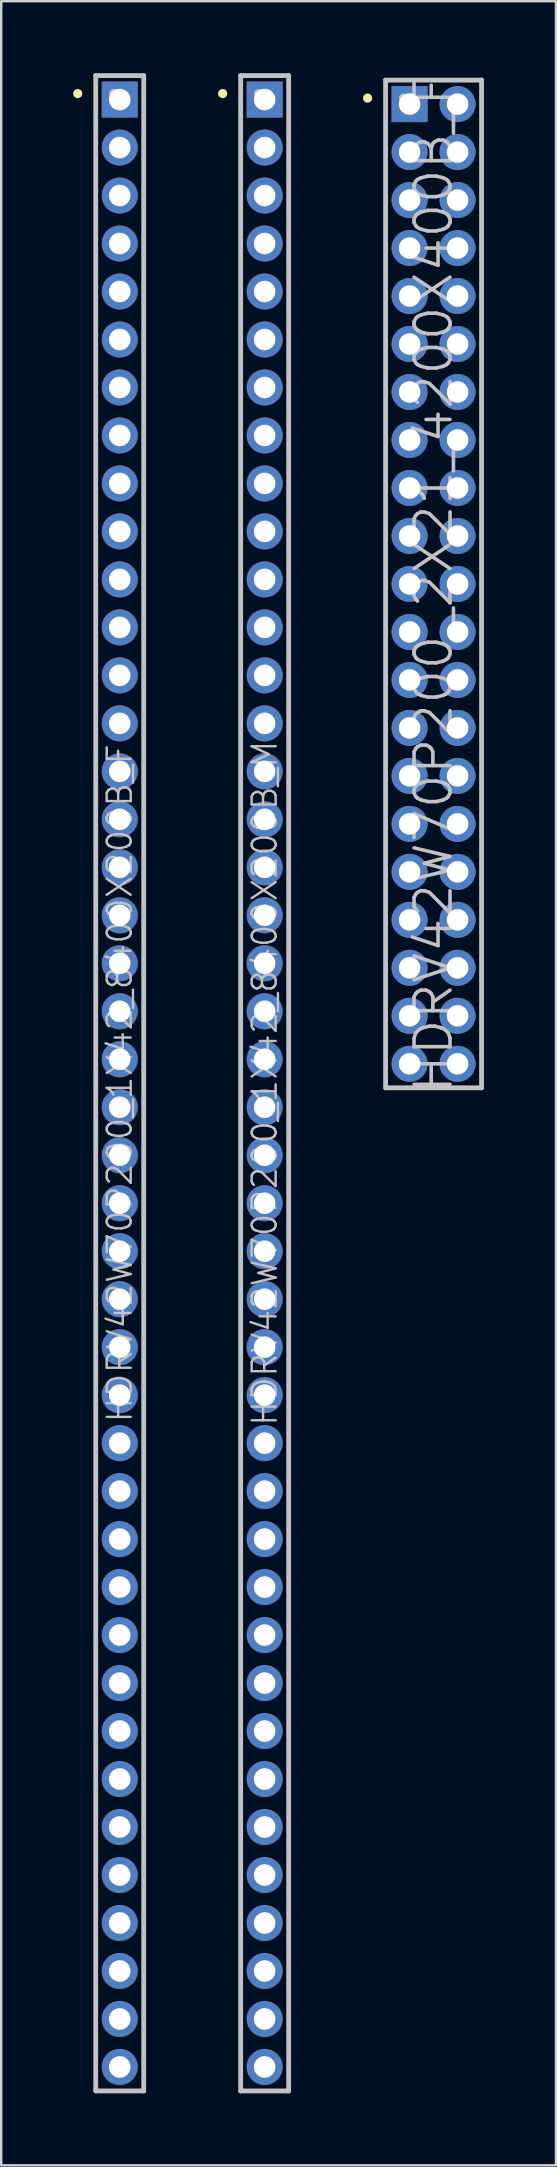
<source format=kicad_pcb>
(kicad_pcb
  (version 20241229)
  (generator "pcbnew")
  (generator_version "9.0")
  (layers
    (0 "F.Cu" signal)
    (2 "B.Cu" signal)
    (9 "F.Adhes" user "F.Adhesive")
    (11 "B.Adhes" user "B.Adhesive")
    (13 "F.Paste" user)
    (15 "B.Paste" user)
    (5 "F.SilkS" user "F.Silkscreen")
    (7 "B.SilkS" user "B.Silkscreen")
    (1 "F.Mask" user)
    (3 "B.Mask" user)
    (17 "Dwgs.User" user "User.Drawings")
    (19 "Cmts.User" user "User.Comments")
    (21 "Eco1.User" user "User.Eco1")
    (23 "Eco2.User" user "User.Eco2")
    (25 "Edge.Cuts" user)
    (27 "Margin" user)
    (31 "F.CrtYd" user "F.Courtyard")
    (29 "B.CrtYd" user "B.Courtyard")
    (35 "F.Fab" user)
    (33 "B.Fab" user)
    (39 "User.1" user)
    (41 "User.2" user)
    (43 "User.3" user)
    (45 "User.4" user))
  (footprint "HDRV42W70P200_1X42_8400X200B_M"
    (layer "F.Cu")
    (at 7.981 42.1)
    (property "Reference" "HDRV42W70P200_1X42_8400X200B_M" (at 0 0 90) (layer "Dwgs.User") (effects (font (size 1 1) (thickness 0.1))))
    (attr through_hole)
    (fp_line (start -1.75 -41.25) (end -1.75 -41.25) (stroke (width 0.381) (type solid)) (layer "F.SilkS"))
    (fp_line (start -1 -42) (end -1 42) (stroke (width 0.2) (type solid)) (layer "Dwgs.User"))
    (fp_line (start -1 -42) (end 1 -42) (stroke (width 0.2) (type solid)) (layer "Dwgs.User"))
    (fp_line (start -1 42) (end 1 42) (stroke (width 0.2) (type solid)) (layer "Dwgs.User"))
    (fp_line (start -0.25 -41.25) (end -0.25 -41.25) (stroke (width 0.381) (type solid)) (layer "Dwgs.User"))
    (fp_line (start 1 -42) (end 1 42) (stroke (width 0.2) (type solid)) (layer "Dwgs.User"))
    (pad "1" thru_hole rect (at 0 -41) (size 1.5 1.5) (drill 0.9) (layers "*.Cu" "*.Mask"))
    (pad "2" thru_hole circle (at 0 -39 270) (size 1.5 1.5) (drill 0.9) (layers "*.Cu" "*.Mask"))
    (pad "3" thru_hole circle (at 0 -37 270) (size 1.5 1.5) (drill 0.9) (layers "*.Cu" "*.Mask"))
    (pad "4" thru_hole circle (at 0 -35 270) (size 1.5 1.5) (drill 0.9) (layers "*.Cu" "*.Mask"))
    (pad "5" thru_hole circle (at 0 -33 270) (size 1.5 1.5) (drill 0.9) (layers "*.Cu" "*.Mask"))
    (pad "6" thru_hole circle (at 0 -31 270) (size 1.5 1.5) (drill 0.9) (layers "*.Cu" "*.Mask"))
    (pad "7" thru_hole circle (at 0 -29 270) (size 1.5 1.5) (drill 0.9) (layers "*.Cu" "*.Mask"))
    (pad "8" thru_hole circle (at 0 -27 270) (size 1.5 1.5) (drill 0.9) (layers "*.Cu" "*.Mask"))
    (pad "9" thru_hole circle (at 0 -25 270) (size 1.5 1.5) (drill 0.9) (layers "*.Cu" "*.Mask"))
    (pad "10" thru_hole circle (at 0 -23 270) (size 1.5 1.5) (drill 0.9) (layers "*.Cu" "*.Mask"))
    (pad "11" thru_hole circle (at 0 -21 270) (size 1.5 1.5) (drill 0.9) (layers "*.Cu" "*.Mask"))
    (pad "12" thru_hole circle (at 0 -19 270) (size 1.5 1.5) (drill 0.9) (layers "*.Cu" "*.Mask"))
    (pad "13" thru_hole circle (at 0 -17 270) (size 1.5 1.5) (drill 0.9) (layers "*.Cu" "*.Mask"))
    (pad "14" thru_hole circle (at 0 -15 270) (size 1.5 1.5) (drill 0.9) (layers "*.Cu" "*.Mask"))
    (pad "15" thru_hole circle (at 0 -13 270) (size 1.5 1.5) (drill 0.9) (layers "*.Cu" "*.Mask"))
    (pad "16" thru_hole circle (at 0 -11 270) (size 1.5 1.5) (drill 0.9) (layers "*.Cu" "*.Mask"))
    (pad "17" thru_hole circle (at 0 -9 270) (size 1.5 1.5) (drill 0.9) (layers "*.Cu" "*.Mask"))
    (pad "18" thru_hole circle (at 0 -7 270) (size 1.5 1.5) (drill 0.9) (layers "*.Cu" "*.Mask"))
    (pad "19" thru_hole circle (at 0 -5 270) (size 1.5 1.5) (drill 0.9) (layers "*.Cu" "*.Mask"))
    (pad "20" thru_hole circle (at 0 -3 270) (size 1.5 1.5) (drill 0.9) (layers "*.Cu" "*.Mask"))
    (pad "21" thru_hole circle (at 0 -1 270) (size 1.5 1.5) (drill 0.9) (layers "*.Cu" "*.Mask"))
    (pad "22" thru_hole circle (at 0 1 270) (size 1.5 1.5) (drill 0.9) (layers "*.Cu" "*.Mask"))
    (pad "23" thru_hole circle (at 0 3 270) (size 1.5 1.5) (drill 0.9) (layers "*.Cu" "*.Mask"))
    (pad "24" thru_hole circle (at 0 5 270) (size 1.5 1.5) (drill 0.9) (layers "*.Cu" "*.Mask"))
    (pad "25" thru_hole circle (at 0 7 270) (size 1.5 1.5) (drill 0.9) (layers "*.Cu" "*.Mask"))
    (pad "26" thru_hole circle (at 0 9 270) (size 1.5 1.5) (drill 0.9) (layers "*.Cu" "*.Mask"))
    (pad "27" thru_hole circle (at 0 11 270) (size 1.5 1.5) (drill 0.9) (layers "*.Cu" "*.Mask"))
    (pad "28" thru_hole circle (at 0 13 270) (size 1.5 1.5) (drill 0.9) (layers "*.Cu" "*.Mask"))
    (pad "29" thru_hole circle (at 0 15 270) (size 1.5 1.5) (drill 0.9) (layers "*.Cu" "*.Mask"))
    (pad "30" thru_hole circle (at 0 17 270) (size 1.5 1.5) (drill 0.9) (layers "*.Cu" "*.Mask"))
    (pad "31" thru_hole circle (at 0 19 270) (size 1.5 1.5) (drill 0.9) (layers "*.Cu" "*.Mask"))
    (pad "32" thru_hole circle (at 0 21 270) (size 1.5 1.5) (drill 0.9) (layers "*.Cu" "*.Mask"))
    (pad "33" thru_hole circle (at 0 23 270) (size 1.5 1.5) (drill 0.9) (layers "*.Cu" "*.Mask"))
    (pad "34" thru_hole circle (at 0 25 270) (size 1.5 1.5) (drill 0.9) (layers "*.Cu" "*.Mask"))
    (pad "35" thru_hole circle (at 0 27 270) (size 1.5 1.5) (drill 0.9) (layers "*.Cu" "*.Mask"))
    (pad "36" thru_hole circle (at 0 29 270) (size 1.5 1.5) (drill 0.9) (layers "*.Cu" "*.Mask"))
    (pad "37" thru_hole circle (at 0 31 270) (size 1.5 1.5) (drill 0.9) (layers "*.Cu" "*.Mask"))
    (pad "38" thru_hole circle (at 0 33 270) (size 1.5 1.5) (drill 0.9) (layers "*.Cu" "*.Mask"))
    (pad "39" thru_hole circle (at 0 35 270) (size 1.5 1.5) (drill 0.9) (layers "*.Cu" "*.Mask"))
    (pad "40" thru_hole circle (at 0 37 270) (size 1.5 1.5) (drill 0.9) (layers "*.Cu" "*.Mask"))
    (pad "41" thru_hole circle (at 0 39 270) (size 1.5 1.5) (drill 0.9) (layers "*.Cu" "*.Mask"))
    (pad "42" thru_hole circle (at 0 41 270) (size 1.5 1.5) (drill 0.9) (layers "*.Cu" "*.Mask")))
  (footprint "HDRV42W70P200_1X42_8400X200B_F"
    (layer "F.Cu")
    (at 1.94 42.1)
    (property "Reference" "HDRV42W70P200_1X42_8400X200B_F" (at 0 0 90) (layer "Dwgs.User") (effects (font (size 1 1) (thickness 0.1))))
    (attr through_hole)
    (fp_line (start -1.75 -41.25) (end -1.75 -41.25) (stroke (width 0.381) (type solid)) (layer "F.SilkS"))
    (fp_line (start -1 -42) (end -1 42) (stroke (width 0.2) (type solid)) (layer "Dwgs.User"))
    (fp_line (start -1 -42) (end 1 -42) (stroke (width 0.2) (type solid)) (layer "Dwgs.User"))
    (fp_line (start -1 42) (end 1 42) (stroke (width 0.2) (type solid)) (layer "Dwgs.User"))
    (fp_line (start -0.25 -41.25) (end -0.25 -41.25) (stroke (width 0.381) (type solid)) (layer "Dwgs.User"))
    (fp_line (start 1 -42) (end 1 42) (stroke (width 0.2) (type solid)) (layer "Dwgs.User"))
    (pad "1" thru_hole rect (at 0 -41) (size 1.5 1.5) (drill 0.9) (layers "*.Cu" "*.Mask"))
    (pad "2" thru_hole circle (at 0 -39 270) (size 1.5 1.5) (drill 0.9) (layers "*.Cu" "*.Mask"))
    (pad "3" thru_hole circle (at 0 -37 270) (size 1.5 1.5) (drill 0.9) (layers "*.Cu" "*.Mask"))
    (pad "4" thru_hole circle (at 0 -35 270) (size 1.5 1.5) (drill 0.9) (layers "*.Cu" "*.Mask"))
    (pad "5" thru_hole circle (at 0 -33 270) (size 1.5 1.5) (drill 0.9) (layers "*.Cu" "*.Mask"))
    (pad "6" thru_hole circle (at 0 -31 270) (size 1.5 1.5) (drill 0.9) (layers "*.Cu" "*.Mask"))
    (pad "7" thru_hole circle (at 0 -29 270) (size 1.5 1.5) (drill 0.9) (layers "*.Cu" "*.Mask"))
    (pad "8" thru_hole circle (at 0 -27 270) (size 1.5 1.5) (drill 0.9) (layers "*.Cu" "*.Mask"))
    (pad "9" thru_hole circle (at 0 -25 270) (size 1.5 1.5) (drill 0.9) (layers "*.Cu" "*.Mask"))
    (pad "10" thru_hole circle (at 0 -23 270) (size 1.5 1.5) (drill 0.9) (layers "*.Cu" "*.Mask"))
    (pad "11" thru_hole circle (at 0 -21 270) (size 1.5 1.5) (drill 0.9) (layers "*.Cu" "*.Mask"))
    (pad "12" thru_hole circle (at 0 -19 270) (size 1.5 1.5) (drill 0.9) (layers "*.Cu" "*.Mask"))
    (pad "13" thru_hole circle (at 0 -17 270) (size 1.5 1.5) (drill 0.9) (layers "*.Cu" "*.Mask"))
    (pad "14" thru_hole circle (at 0 -15 270) (size 1.5 1.5) (drill 0.9) (layers "*.Cu" "*.Mask"))
    (pad "15" thru_hole circle (at 0 -13 270) (size 1.5 1.5) (drill 0.9) (layers "*.Cu" "*.Mask"))
    (pad "16" thru_hole circle (at 0 -11 270) (size 1.5 1.5) (drill 0.9) (layers "*.Cu" "*.Mask"))
    (pad "17" thru_hole circle (at 0 -9 270) (size 1.5 1.5) (drill 0.9) (layers "*.Cu" "*.Mask"))
    (pad "18" thru_hole circle (at 0 -7 270) (size 1.5 1.5) (drill 0.9) (layers "*.Cu" "*.Mask"))
    (pad "19" thru_hole circle (at 0 -5 270) (size 1.5 1.5) (drill 0.9) (layers "*.Cu" "*.Mask"))
    (pad "20" thru_hole circle (at 0 -3 270) (size 1.5 1.5) (drill 0.9) (layers "*.Cu" "*.Mask"))
    (pad "21" thru_hole circle (at 0 -1 270) (size 1.5 1.5) (drill 0.9) (layers "*.Cu" "*.Mask"))
    (pad "22" thru_hole circle (at 0 1 270) (size 1.5 1.5) (drill 0.9) (layers "*.Cu" "*.Mask"))
    (pad "23" thru_hole circle (at 0 3 270) (size 1.5 1.5) (drill 0.9) (layers "*.Cu" "*.Mask"))
    (pad "24" thru_hole circle (at 0 5 270) (size 1.5 1.5) (drill 0.9) (layers "*.Cu" "*.Mask"))
    (pad "25" thru_hole circle (at 0 7 270) (size 1.5 1.5) (drill 0.9) (layers "*.Cu" "*.Mask"))
    (pad "26" thru_hole circle (at 0 9 270) (size 1.5 1.5) (drill 0.9) (layers "*.Cu" "*.Mask"))
    (pad "27" thru_hole circle (at 0 11 270) (size 1.5 1.5) (drill 0.9) (layers "*.Cu" "*.Mask"))
    (pad "28" thru_hole circle (at 0 13 270) (size 1.5 1.5) (drill 0.9) (layers "*.Cu" "*.Mask"))
    (pad "29" thru_hole circle (at 0 15 270) (size 1.5 1.5) (drill 0.9) (layers "*.Cu" "*.Mask"))
    (pad "30" thru_hole circle (at 0 17 270) (size 1.5 1.5) (drill 0.9) (layers "*.Cu" "*.Mask"))
    (pad "31" thru_hole circle (at 0 19 270) (size 1.5 1.5) (drill 0.9) (layers "*.Cu" "*.Mask"))
    (pad "32" thru_hole circle (at 0 21 270) (size 1.5 1.5) (drill 0.9) (layers "*.Cu" "*.Mask"))
    (pad "33" thru_hole circle (at 0 23 270) (size 1.5 1.5) (drill 0.9) (layers "*.Cu" "*.Mask"))
    (pad "34" thru_hole circle (at 0 25 270) (size 1.5 1.5) (drill 0.9) (layers "*.Cu" "*.Mask"))
    (pad "35" thru_hole circle (at 0 27 270) (size 1.5 1.5) (drill 0.9) (layers "*.Cu" "*.Mask"))
    (pad "36" thru_hole circle (at 0 29 270) (size 1.5 1.5) (drill 0.9) (layers "*.Cu" "*.Mask"))
    (pad "37" thru_hole circle (at 0 31 270) (size 1.5 1.5) (drill 0.9) (layers "*.Cu" "*.Mask"))
    (pad "38" thru_hole circle (at 0 33 270) (size 1.5 1.5) (drill 0.9) (layers "*.Cu" "*.Mask"))
    (pad "39" thru_hole circle (at 0 35 270) (size 1.5 1.5) (drill 0.9) (layers "*.Cu" "*.Mask"))
    (pad "40" thru_hole circle (at 0 37 270) (size 1.5 1.5) (drill 0.9) (layers "*.Cu" "*.Mask"))
    (pad "41" thru_hole circle (at 0 39 270) (size 1.5 1.5) (drill 0.9) (layers "*.Cu" "*.Mask"))
    (pad "42" thru_hole circle (at 0 41 270) (size 1.5 1.5) (drill 0.9) (layers "*.Cu" "*.Mask")))
  (footprint "HDRV42W70P200_2X21_4200X400B_F"
    (layer "F.Cu")
    (at 15.021 21.289)
    (property "Reference" "HDRV42W70P200_2X21_4200X400B_F" (at 0 0 90) (layer "Dwgs.User") (effects (font (size 1.5 1.5) (thickness 0.15))))
    (attr through_hole)
    (fp_line (start -2.75 -20.25) (end -2.75 -20.25) (stroke (width 0.381) (type solid)) (layer "F.SilkS"))
    (fp_line (start -2 -21) (end -2 21) (stroke (width 0.2) (type solid)) (layer "Dwgs.User"))
    (fp_line (start -2 -21) (end 2 -21) (stroke (width 0.2) (type solid)) (layer "Dwgs.User"))
    (fp_line (start -2 21) (end 2 21) (stroke (width 0.2) (type solid)) (layer "Dwgs.User"))
    (fp_line (start -1.25 -20.25) (end -1.25 -20.25) (stroke (width 0.381) (type solid)) (layer "Dwgs.User"))
    (fp_line (start 2 -21) (end 2 21) (stroke (width 0.2) (type solid)) (layer "Dwgs.User"))
    (pad "1" thru_hole rect (at -1 -20) (size 1.5 1.5) (drill 0.9) (layers "*.Cu" "*.Mask"))
    (pad "2" thru_hole circle (at 1 -20 270) (size 1.5 1.5) (drill 0.9) (layers "*.Cu" "*.Mask"))
    (pad "3" thru_hole circle (at -1 -18 270) (size 1.5 1.5) (drill 0.9) (layers "*.Cu" "*.Mask"))
    (pad "4" thru_hole circle (at 1 -18 270) (size 1.5 1.5) (drill 0.9) (layers "*.Cu" "*.Mask"))
    (pad "5" thru_hole circle (at -1 -16 270) (size 1.5 1.5) (drill 0.9) (layers "*.Cu" "*.Mask"))
    (pad "6" thru_hole circle (at 1 -16 270) (size 1.5 1.5) (drill 0.9) (layers "*.Cu" "*.Mask"))
    (pad "7" thru_hole circle (at -1 -14 270) (size 1.5 1.5) (drill 0.9) (layers "*.Cu" "*.Mask"))
    (pad "8" thru_hole circle (at 1 -14 270) (size 1.5 1.5) (drill 0.9) (layers "*.Cu" "*.Mask"))
    (pad "9" thru_hole circle (at -1 -12 270) (size 1.5 1.5) (drill 0.9) (layers "*.Cu" "*.Mask"))
    (pad "10" thru_hole circle (at 1 -12 270) (size 1.5 1.5) (drill 0.9) (layers "*.Cu" "*.Mask"))
    (pad "11" thru_hole circle (at -1 -10 270) (size 1.5 1.5) (drill 0.9) (layers "*.Cu" "*.Mask"))
    (pad "12" thru_hole circle (at 1 -10 270) (size 1.5 1.5) (drill 0.9) (layers "*.Cu" "*.Mask"))
    (pad "13" thru_hole circle (at -1 -8 270) (size 1.5 1.5) (drill 0.9) (layers "*.Cu" "*.Mask"))
    (pad "14" thru_hole circle (at 1 -8 270) (size 1.5 1.5) (drill 0.9) (layers "*.Cu" "*.Mask"))
    (pad "15" thru_hole circle (at -1 -6 270) (size 1.5 1.5) (drill 0.9) (layers "*.Cu" "*.Mask"))
    (pad "16" thru_hole circle (at 1 -6 270) (size 1.5 1.5) (drill 0.9) (layers "*.Cu" "*.Mask"))
    (pad "17" thru_hole circle (at -1 -4 270) (size 1.5 1.5) (drill 0.9) (layers "*.Cu" "*.Mask"))
    (pad "18" thru_hole circle (at 1 -4 270) (size 1.5 1.5) (drill 0.9) (layers "*.Cu" "*.Mask"))
    (pad "19" thru_hole circle (at -1 -2 270) (size 1.5 1.5) (drill 0.9) (layers "*.Cu" "*.Mask"))
    (pad "20" thru_hole circle (at 1 -2 270) (size 1.5 1.5) (drill 0.9) (layers "*.Cu" "*.Mask"))
    (pad "21" thru_hole circle (at -1 0 270) (size 1.5 1.5) (drill 0.9) (layers "*.Cu" "*.Mask"))
    (pad "22" thru_hole circle (at 1 0 270) (size 1.5 1.5) (drill 0.9) (layers "*.Cu" "*.Mask"))
    (pad "23" thru_hole circle (at -1 2 270) (size 1.5 1.5) (drill 0.9) (layers "*.Cu" "*.Mask"))
    (pad "24" thru_hole circle (at 1 2 270) (size 1.5 1.5) (drill 0.9) (layers "*.Cu" "*.Mask"))
    (pad "25" thru_hole circle (at -1 4 270) (size 1.5 1.5) (drill 0.9) (layers "*.Cu" "*.Mask"))
    (pad "26" thru_hole circle (at 1 4 270) (size 1.5 1.5) (drill 0.9) (layers "*.Cu" "*.Mask"))
    (pad "27" thru_hole circle (at -1 6 270) (size 1.5 1.5) (drill 0.9) (layers "*.Cu" "*.Mask"))
    (pad "28" thru_hole circle (at 1 6 270) (size 1.5 1.5) (drill 0.9) (layers "*.Cu" "*.Mask"))
    (pad "29" thru_hole circle (at -1 8 270) (size 1.5 1.5) (drill 0.9) (layers "*.Cu" "*.Mask"))
    (pad "30" thru_hole circle (at 1 8 270) (size 1.5 1.5) (drill 0.9) (layers "*.Cu" "*.Mask"))
    (pad "31" thru_hole circle (at -1 10 270) (size 1.5 1.5) (drill 0.9) (layers "*.Cu" "*.Mask"))
    (pad "32" thru_hole circle (at 1 10 270) (size 1.5 1.5) (drill 0.9) (layers "*.Cu" "*.Mask"))
    (pad "33" thru_hole circle (at -1 12 270) (size 1.5 1.5) (drill 0.9) (layers "*.Cu" "*.Mask"))
    (pad "34" thru_hole circle (at 1 12 270) (size 1.5 1.5) (drill 0.9) (layers "*.Cu" "*.Mask"))
    (pad "35" thru_hole circle (at -1 14 270) (size 1.5 1.5) (drill 0.9) (layers "*.Cu" "*.Mask"))
    (pad "36" thru_hole circle (at 1 14 270) (size 1.5 1.5) (drill 0.9) (layers "*.Cu" "*.Mask"))
    (pad "37" thru_hole circle (at -1 16 270) (size 1.5 1.5) (drill 0.9) (layers "*.Cu" "*.Mask"))
    (pad "38" thru_hole circle (at 1 16 270) (size 1.5 1.5) (drill 0.9) (layers "*.Cu" "*.Mask"))
    (pad "39" thru_hole circle (at -1 18 270) (size 1.5 1.5) (drill 0.9) (layers "*.Cu" "*.Mask"))
    (pad "40" thru_hole circle (at 1 18 270) (size 1.5 1.5) (drill 0.9) (layers "*.Cu" "*.Mask"))
    (pad "41" thru_hole circle (at -1 20 270) (size 1.5 1.5) (drill 0.9) (layers "*.Cu" "*.Mask"))
    (pad "42" thru_hole circle (at 1 20 270) (size 1.5 1.5) (drill 0.9) (layers "*.Cu" "*.Mask")))
  (gr_rect
    (start -3 -3)
    (end 20.122 87.2)
    (stroke (width 0.1) (type default))
    (fill no)
    (layer "Edge.Cuts")))
</source>
